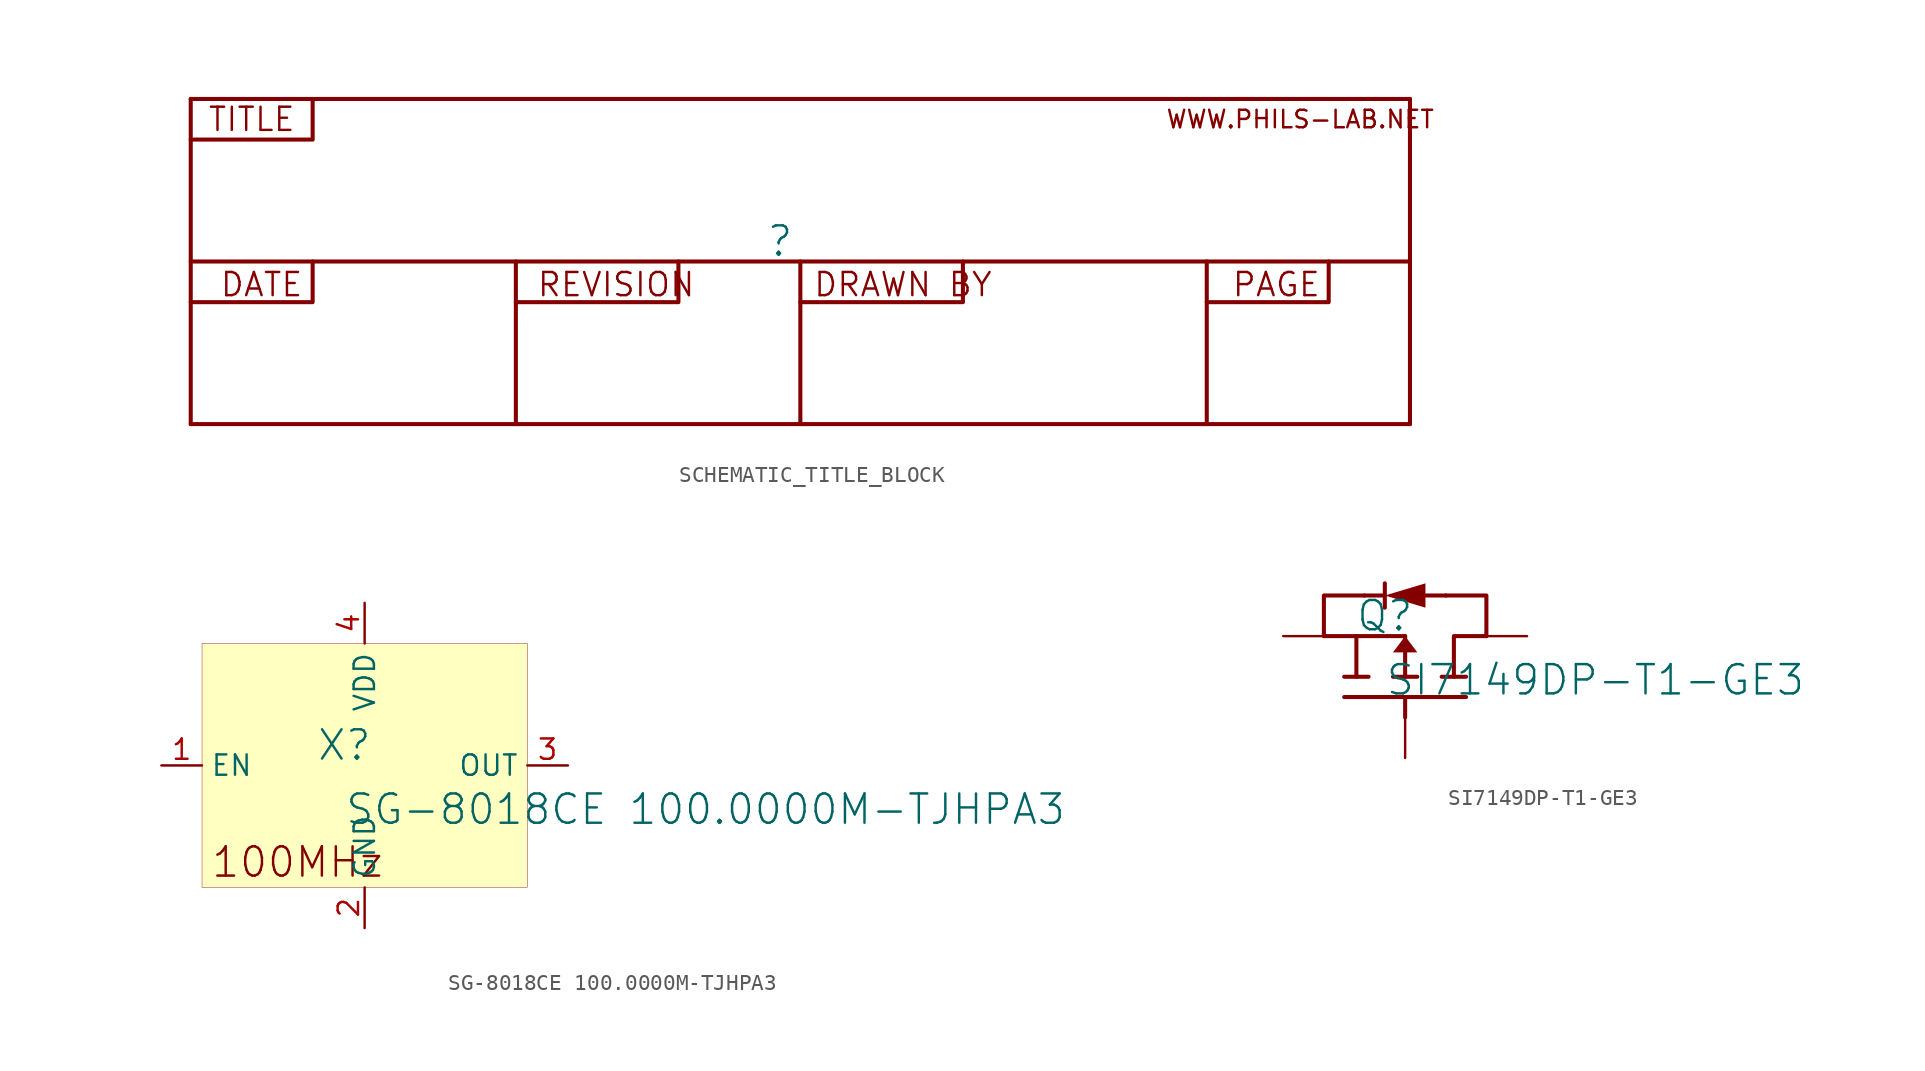
<source format=kicad_sym>
(kicad_symbol_lib
  (version 20231120)
  (generator "kicad_symbol_editor")
  (generator_version "8.0")
  (symbol "SCHEMATIC_TITLE_BLOCK"
    (property "Reference" ""
      (at -1.27 1.27 0)
      (effects (font (size 1.829 1.829))))
    (symbol "SCHEMATIC_TITLE_BLOCK_1_0"
      (polyline (pts (xy -38.1 -10.16) (xy -38.1 10.16)) (stroke (width 0.254) (type solid)) (fill (type none)))
      (polyline (pts (xy -38.1 -10.16) (xy 38.1 -10.16)) (stroke (width 0.254) (type solid)) (fill (type none)))
      (polyline (pts (xy -38.1 0) (xy 38.1 0)) (stroke (width 0.254) (type solid)) (fill (type none)))
      (polyline (pts (xy -38.1 10.16) (xy 38.1 10.16)) (stroke (width 0.254) (type solid)) (fill (type none)))
      (polyline (pts (xy -17.78 0) (xy -17.78 -10.16)) (stroke (width 0.254) (type solid)) (fill (type none)))
      (polyline (pts (xy 0 0) (xy 0 -10.16)) (stroke (width 0.254) (type solid)) (fill (type none)))
      (polyline (pts (xy 25.4 -2.54) (xy 25.4 -10.16)) (stroke (width 0.254) (type solid)) (fill (type none)))
      (polyline (pts (xy 38.1 -10.16) (xy 38.1 10.16)) (stroke (width 0.254) (type solid)) (fill (type none)))
      (polyline (pts (xy -38.1 -2.54) (xy -30.48 -2.54) (xy -30.48 0)) (stroke (width 0.254) (type solid)) (fill (type none)))
      (polyline (pts (xy -38.1 7.62) (xy -30.48 7.62) (xy -30.48 10.16)) (stroke (width 0.254) (type solid)) (fill (type none)))
      (polyline (pts (xy -17.78 -2.54) (xy -7.62 -2.54) (xy -7.62 0)) (stroke (width 0.254) (type solid)) (fill (type none)))
      (polyline (pts (xy 0 -2.54) (xy 10.16 -2.54) (xy 10.16 0)) (stroke (width 0.254) (type solid)) (fill (type none)))
      (polyline (pts (xy 25.4 0) (xy 25.4 -2.54) (xy 33.02 -2.54) (xy 33.02 0)) (stroke (width 0.254) (type solid)) (fill (type none)))
      (text "DATE" (at -36.322 -2.286 0) (effects (font (size 1.448 1.448)) (justify left bottom)))
      (text "DRAWN BY" (at 0.762 -2.286 0) (effects (font (size 1.448 1.448)) (justify left bottom)))
      (text "PAGE" (at 26.924 -2.286 0) (effects (font (size 1.448 1.448)) (justify left bottom)))
      (text "REVISION" (at -16.51 -2.286 0) (effects (font (size 1.448 1.448)) (justify left bottom)))
      (text "TITLE" (at -34.29 8.89 0) (effects (font (size 1.448 1.448))))
      (text "WWW.PHILS-LAB.NET" (at 31.242 8.89 0) (effects (font (size 1.092 1.092))))))
  (symbol "SG-8018CE 100.0000M-TJHPA3"
    (property "Reference" "X"
      (at -1.27 1.27 0)
      (effects (font (size 1.829 1.829))))
    (property "Value" "SG-8018CE 100.0000M-TJHPA3"
      (at -1.27 -3.81 0)
      (effects (font (size 1.829 1.829)) (justify left bottom)))
    (symbol "SG-8018CE 100.0000M-TJHPA3_1_0"
      (rectangle (start 10.16 7.62) (end -10.16 -7.62) (stroke (width 0.025) (type solid) (color 128 0 0 1)) (fill (type background)))
      (text "100MHz" (at -9.652 -7.112 0) (effects (font (size 1.829 1.829)) (justify left bottom)))
      (pin input line (at -12.7 0 0) (length 2.54) (name "EN" (effects (font (size 1.27 1.27)))) (number "1" (effects (font (size 1.27 1.27)))))
      (pin power_in line (at 0 -10.16 90) (length 2.54) (name "GND" (effects (font (size 1.27 1.27)))) (number "2" (effects (font (size 1.27 1.27)))))
      (pin passive line (at 12.7 0 180) (length 2.54) (name "OUT" (effects (font (size 1.27 1.27)))) (number "3" (effects (font (size 1.27 1.27)))))
      (pin power_in line (at 0 10.16 270) (length 2.54) (name "VDD" (effects (font (size 1.27 1.27)))) (number "4" (effects (font (size 1.27 1.27)))))))
  (symbol "SI7149DP-T1-GE3"
    (property "Reference" "Q"
      (at -1.27 1.27 0)
      (effects (font (size 1.829 1.829))))
    (property "Value" "SI7149DP-T1-GE3"
      (at -1.27 -3.81 0)
      (effects (font (size 1.829 1.829)) (justify left bottom)))
    (symbol "SI7149DP-T1-GE3_1_0"
      (polyline (pts (xy -3.81 -3.81) (xy 3.81 -3.81)) (stroke (width 0.254) (type solid)) (fill (type none)))
      (polyline (pts (xy -3.81 -2.54) (xy -2.286 -2.54)) (stroke (width 0.254) (type solid)) (fill (type none)))
      (polyline (pts (xy -2.54 2.54) (xy -1.27 2.54)) (stroke (width 0.254) (type solid)) (fill (type none)))
      (polyline (pts (xy -1.27 3.302) (xy -1.27 1.778)) (stroke (width 0.254) (type solid)) (fill (type none)))
      (polyline (pts (xy -0.762 -2.54) (xy 0.762 -2.54)) (stroke (width 0.254) (type solid)) (fill (type none)))
      (polyline (pts (xy 0 -3.81) (xy 0 -5.08)) (stroke (width 0.254) (type solid)) (fill (type none)))
      (polyline (pts (xy 0 0) (xy -3.048 0)) (stroke (width 0.254) (type solid)) (fill (type none)))
      (polyline (pts (xy 0 0) (xy 0 -2.54)) (stroke (width 0.254) (type solid)) (fill (type none)))
      (polyline (pts (xy 1.27 2.54) (xy 2.54 2.54)) (stroke (width 0.254) (type solid)) (fill (type none)))
      (polyline (pts (xy 2.286 -2.54) (xy 3.81 -2.54)) (stroke (width 0.254) (type solid)) (fill (type none)))
      (polyline (pts (xy -5.08 0) (xy -5.08 2.54) (xy -2.54 2.54)) (stroke (width 0.254) (type solid)) (fill (type none)))
      (polyline (pts (xy -5.08 0) (xy -3.048 0) (xy -3.048 -2.54)) (stroke (width 0.254) (type solid)) (fill (type none)))
      (polyline (pts (xy 2.54 2.54) (xy 5.08 2.54) (xy 5.08 0)) (stroke (width 0.254) (type solid)) (fill (type none)))
      (polyline (pts (xy 5.08 0) (xy 3.048 0) (xy 3.048 -2.54)) (stroke (width 0.254) (type solid)) (fill (type none)))
      (polyline (pts (xy 0 0) (xy -0.762 -1.016) (xy 0.762 -1.016) (xy 0 0) (xy 0 0)) (stroke (width -0.0001) (type solid)) (fill (type outline)))
      (polyline (pts (xy 1.27 2.54) (xy 1.27 1.778) (xy -1.27 2.54) (xy 1.27 3.302) (xy 1.27 2.54) (xy 1.27 2.54)) (stroke (width -0.0001) (type solid)) (fill (type outline)))
      (pin passive line (at 7.62 0 180) (length 2.54) (name "D" (effects (font (size 0 0)))) (number "D" (effects (font (size 0 0)))))
      (pin passive line (at 0 -7.62 90) (length 2.54) (name "G" (effects (font (size 0 0)))) (number "G" (effects (font (size 0 0)))))
      (pin passive line (at -7.62 0 0) (length 2.54) (name "S" (effects (font (size 0 0)))) (number "S" (effects (font (size 0 0))))))))
</source>
